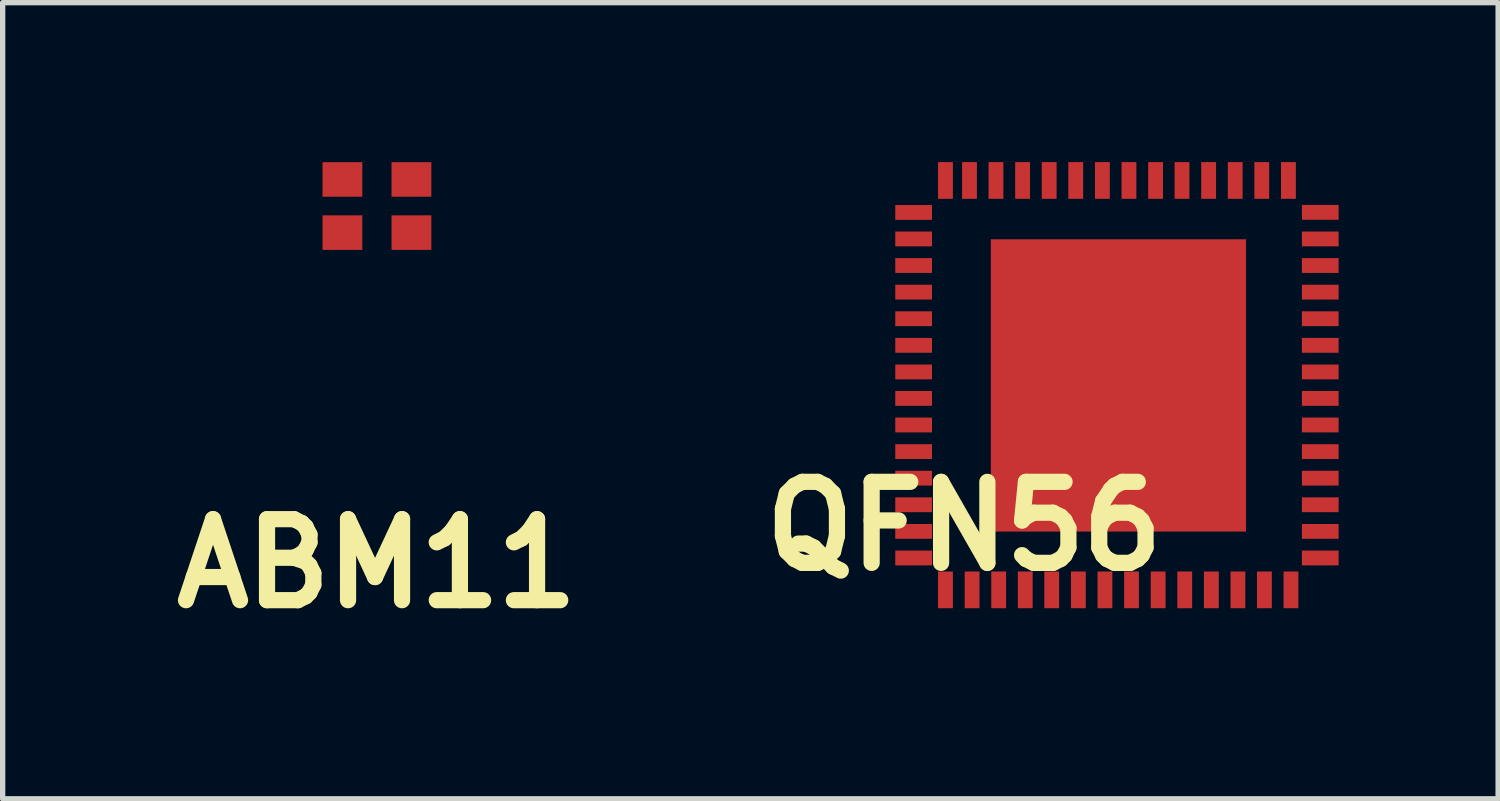
<source format=kicad_pcb>
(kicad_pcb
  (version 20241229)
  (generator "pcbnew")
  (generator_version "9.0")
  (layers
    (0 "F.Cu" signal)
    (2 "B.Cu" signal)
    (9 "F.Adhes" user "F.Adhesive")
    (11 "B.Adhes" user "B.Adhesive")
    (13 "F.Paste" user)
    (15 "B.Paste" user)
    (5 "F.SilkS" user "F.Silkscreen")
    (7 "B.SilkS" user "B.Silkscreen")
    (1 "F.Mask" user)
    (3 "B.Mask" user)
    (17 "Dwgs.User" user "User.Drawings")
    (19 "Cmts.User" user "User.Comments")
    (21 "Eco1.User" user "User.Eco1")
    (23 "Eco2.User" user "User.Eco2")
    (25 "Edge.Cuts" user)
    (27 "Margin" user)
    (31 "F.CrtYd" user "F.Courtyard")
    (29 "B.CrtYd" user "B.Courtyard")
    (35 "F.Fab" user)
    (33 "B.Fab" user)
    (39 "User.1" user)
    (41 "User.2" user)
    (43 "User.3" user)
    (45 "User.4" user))
  (footprint "QFN56"
    (layer "F.Cu")
    (at 17.991 4.201)
    (property "Reference" "QFN56" (at -2.901 2.649 0) (layer "F.SilkS") (effects (font (size 1.524 1.524) (thickness 0.305))))
    (attr through_hole)
    (pad "" smd rect (at 0 0) (size 4.801 5.499) (layers "F.Cu" "F.Mask" "F.Paste"))
    (pad "1" smd rect (at 3.797 -3.256) (size 0.691 0.279) (layers "F.Cu" "F.Mask" "F.Paste"))
    (pad "2" smd rect (at 3.797 -2.756) (size 0.691 0.279) (layers "F.Cu" "F.Mask" "F.Paste"))
    (pad "3" smd rect (at 3.797 -2.256) (size 0.691 0.279) (layers "F.Cu" "F.Mask" "F.Paste"))
    (pad "4" smd rect (at 3.797 -1.755) (size 0.691 0.279) (layers "F.Cu" "F.Mask" "F.Paste"))
    (pad "5" smd rect (at 3.797 -1.255) (size 0.691 0.279) (layers "F.Cu" "F.Mask" "F.Paste"))
    (pad "6" smd rect (at 3.797 -0.754) (size 0.691 0.279) (layers "F.Cu" "F.Mask" "F.Paste"))
    (pad "7" smd rect (at 3.797 -0.254) (size 0.691 0.279) (layers "F.Cu" "F.Mask" "F.Paste"))
    (pad "8" smd rect (at 3.797 0.244) (size 0.691 0.279) (layers "F.Cu" "F.Mask" "F.Paste"))
    (pad "9" smd rect (at 3.797 0.744) (size 0.691 0.279) (layers "F.Cu" "F.Mask" "F.Paste"))
    (pad "10" smd rect (at 3.797 1.245) (size 0.691 0.279) (layers "F.Cu" "F.Mask" "F.Paste"))
    (pad "11" smd rect (at 3.797 1.745) (size 0.691 0.279) (layers "F.Cu" "F.Mask" "F.Paste"))
    (pad "12" smd rect (at 3.797 2.245) (size 0.691 0.279) (layers "F.Cu" "F.Mask" "F.Paste"))
    (pad "13" smd rect (at 3.797 2.746) (size 0.691 0.279) (layers "F.Cu" "F.Mask" "F.Paste"))
    (pad "14" smd rect (at 3.797 3.246) (size 0.691 0.279) (layers "F.Cu" "F.Mask" "F.Paste"))
    (pad "15" smd rect (at 3.246 3.846) (size 0.279 0.691) (layers "F.Cu" "F.Mask" "F.Paste"))
    (pad "16" smd rect (at 2.746 3.846) (size 0.279 0.691) (layers "F.Cu" "F.Mask" "F.Paste"))
    (pad "17" smd rect (at 2.248 3.846) (size 0.279 0.691) (layers "F.Cu" "F.Mask" "F.Paste"))
    (pad "18" smd rect (at 1.748 3.846) (size 0.279 0.691) (layers "F.Cu" "F.Mask" "F.Paste"))
    (pad "19" smd rect (at 1.247 3.846) (size 0.279 0.691) (layers "F.Cu" "F.Mask" "F.Paste"))
    (pad "20" smd rect (at 0.747 3.846) (size 0.279 0.691) (layers "F.Cu" "F.Mask" "F.Paste"))
    (pad "21" smd rect (at 0.246 3.846) (size 0.279 0.691) (layers "F.Cu" "F.Mask" "F.Paste"))
    (pad "22" smd rect (at -0.254 3.846) (size 0.279 0.691) (layers "F.Cu" "F.Mask" "F.Paste"))
    (pad "23" smd rect (at -0.754 3.846) (size 0.279 0.691) (layers "F.Cu" "F.Mask" "F.Paste"))
    (pad "24" smd rect (at -1.255 3.846) (size 0.279 0.691) (layers "F.Cu" "F.Mask" "F.Paste"))
    (pad "25" smd rect (at -1.753 3.846) (size 0.279 0.691) (layers "F.Cu" "F.Mask" "F.Paste"))
    (pad "26" smd rect (at -2.253 3.846) (size 0.279 0.691) (layers "F.Cu" "F.Mask" "F.Paste"))
    (pad "27" smd rect (at -2.753 3.846) (size 0.279 0.691) (layers "F.Cu" "F.Mask" "F.Paste"))
    (pad "28" smd rect (at -3.254 3.846) (size 0.279 0.691) (layers "F.Cu" "F.Mask" "F.Paste"))
    (pad "29" smd rect (at -3.853 3.246) (size 0.691 0.279) (layers "F.Cu" "F.Mask" "F.Paste"))
    (pad "30" smd rect (at -3.853 2.746) (size 0.691 0.279) (layers "F.Cu" "F.Mask" "F.Paste"))
    (pad "31" smd rect (at -3.853 2.245) (size 0.691 0.279) (layers "F.Cu" "F.Mask" "F.Paste"))
    (pad "32" smd rect (at -3.853 1.745) (size 0.691 0.279) (layers "F.Cu" "F.Mask" "F.Paste"))
    (pad "33" smd rect (at -3.853 1.245) (size 0.691 0.279) (layers "F.Cu" "F.Mask" "F.Paste"))
    (pad "34" smd rect (at -3.853 0.744) (size 0.691 0.279) (layers "F.Cu" "F.Mask" "F.Paste"))
    (pad "35" smd rect (at -3.853 0.244) (size 0.691 0.279) (layers "F.Cu" "F.Mask" "F.Paste"))
    (pad "36" smd rect (at -3.853 -0.254) (size 0.691 0.279) (layers "F.Cu" "F.Mask" "F.Paste"))
    (pad "37" smd rect (at -3.853 -0.754) (size 0.691 0.279) (layers "F.Cu" "F.Mask" "F.Paste"))
    (pad "38" smd rect (at -3.853 -1.255) (size 0.691 0.279) (layers "F.Cu" "F.Mask" "F.Paste"))
    (pad "39" smd rect (at -3.853 -1.755) (size 0.691 0.279) (layers "F.Cu" "F.Mask" "F.Paste"))
    (pad "40" smd rect (at -3.853 -2.256) (size 0.691 0.279) (layers "F.Cu" "F.Mask" "F.Paste"))
    (pad "41" smd rect (at -3.853 -2.756) (size 0.691 0.279) (layers "F.Cu" "F.Mask" "F.Paste"))
    (pad "42" smd rect (at -3.853 -3.254) (size 0.691 0.279) (layers "F.Cu" "F.Mask" "F.Paste"))
    (pad "43" smd rect (at -3.254 -3.856) (size 0.279 0.691) (layers "F.Cu" "F.Mask" "F.Paste"))
    (pad "44" smd rect (at -2.802 -3.856) (size 0.279 0.691) (layers "F.Cu" "F.Mask" "F.Paste"))
    (pad "45" smd rect (at -2.304 -3.856) (size 0.279 0.691) (layers "F.Cu" "F.Mask" "F.Paste"))
    (pad "46" smd rect (at -1.803 -3.856) (size 0.279 0.691) (layers "F.Cu" "F.Mask" "F.Paste"))
    (pad "47" smd rect (at -1.303 -3.856) (size 0.279 0.691) (layers "F.Cu" "F.Mask" "F.Paste"))
    (pad "48" smd rect (at -0.803 -3.856) (size 0.279 0.691) (layers "F.Cu" "F.Mask" "F.Paste"))
    (pad "49" smd rect (at -0.302 -3.856) (size 0.279 0.691) (layers "F.Cu" "F.Mask" "F.Paste"))
    (pad "50" smd rect (at 0.198 -3.856) (size 0.279 0.691) (layers "F.Cu" "F.Mask" "F.Paste"))
    (pad "51" smd rect (at 0.699 -3.856) (size 0.279 0.691) (layers "F.Cu" "F.Mask" "F.Paste"))
    (pad "52" smd rect (at 1.196 -3.856) (size 0.279 0.691) (layers "F.Cu" "F.Mask" "F.Paste"))
    (pad "53" smd rect (at 1.697 -3.856) (size 0.279 0.691) (layers "F.Cu" "F.Mask" "F.Paste"))
    (pad "54" smd rect (at 2.197 -3.856) (size 0.279 0.691) (layers "F.Cu" "F.Mask" "F.Paste"))
    (pad "55" smd rect (at 2.697 -3.856) (size 0.279 0.691) (layers "F.Cu" "F.Mask" "F.Paste"))
    (pad "56" smd rect (at 3.198 -3.856) (size 0.279 0.691) (layers "F.Cu" "F.Mask" "F.Paste")))
  (footprint "ABM11"
    (layer "F.Cu")
    (at 4.042 0.826)
    (property "Reference" "ABM11" (at 0 6.726 0) (layer "F.SilkS") (effects (font (size 1.524 1.524) (thickness 0.305))))
    (attr through_hole)
    (pad "1" smd rect (at -0.65 0.5) (size 0.749 0.65) (layers "F.Cu" "F.Mask" "F.Paste"))
    (pad "2" smd rect (at 0.648 0.5) (size 0.749 0.65) (layers "F.Cu" "F.Mask" "F.Paste"))
    (pad "3" smd rect (at 0.648 -0.5) (size 0.749 0.65) (layers "F.Cu" "F.Mask" "F.Paste"))
    (pad "4" smd rect (at -0.65 -0.5) (size 0.749 0.65) (layers "F.Cu" "F.Mask" "F.Paste")))
  (gr_rect
    (start -3 -3)
    (end 25.134 11.978)
    (stroke (width 0.1) (type default))
    (fill no)
    (layer "Edge.Cuts")))
</source>
